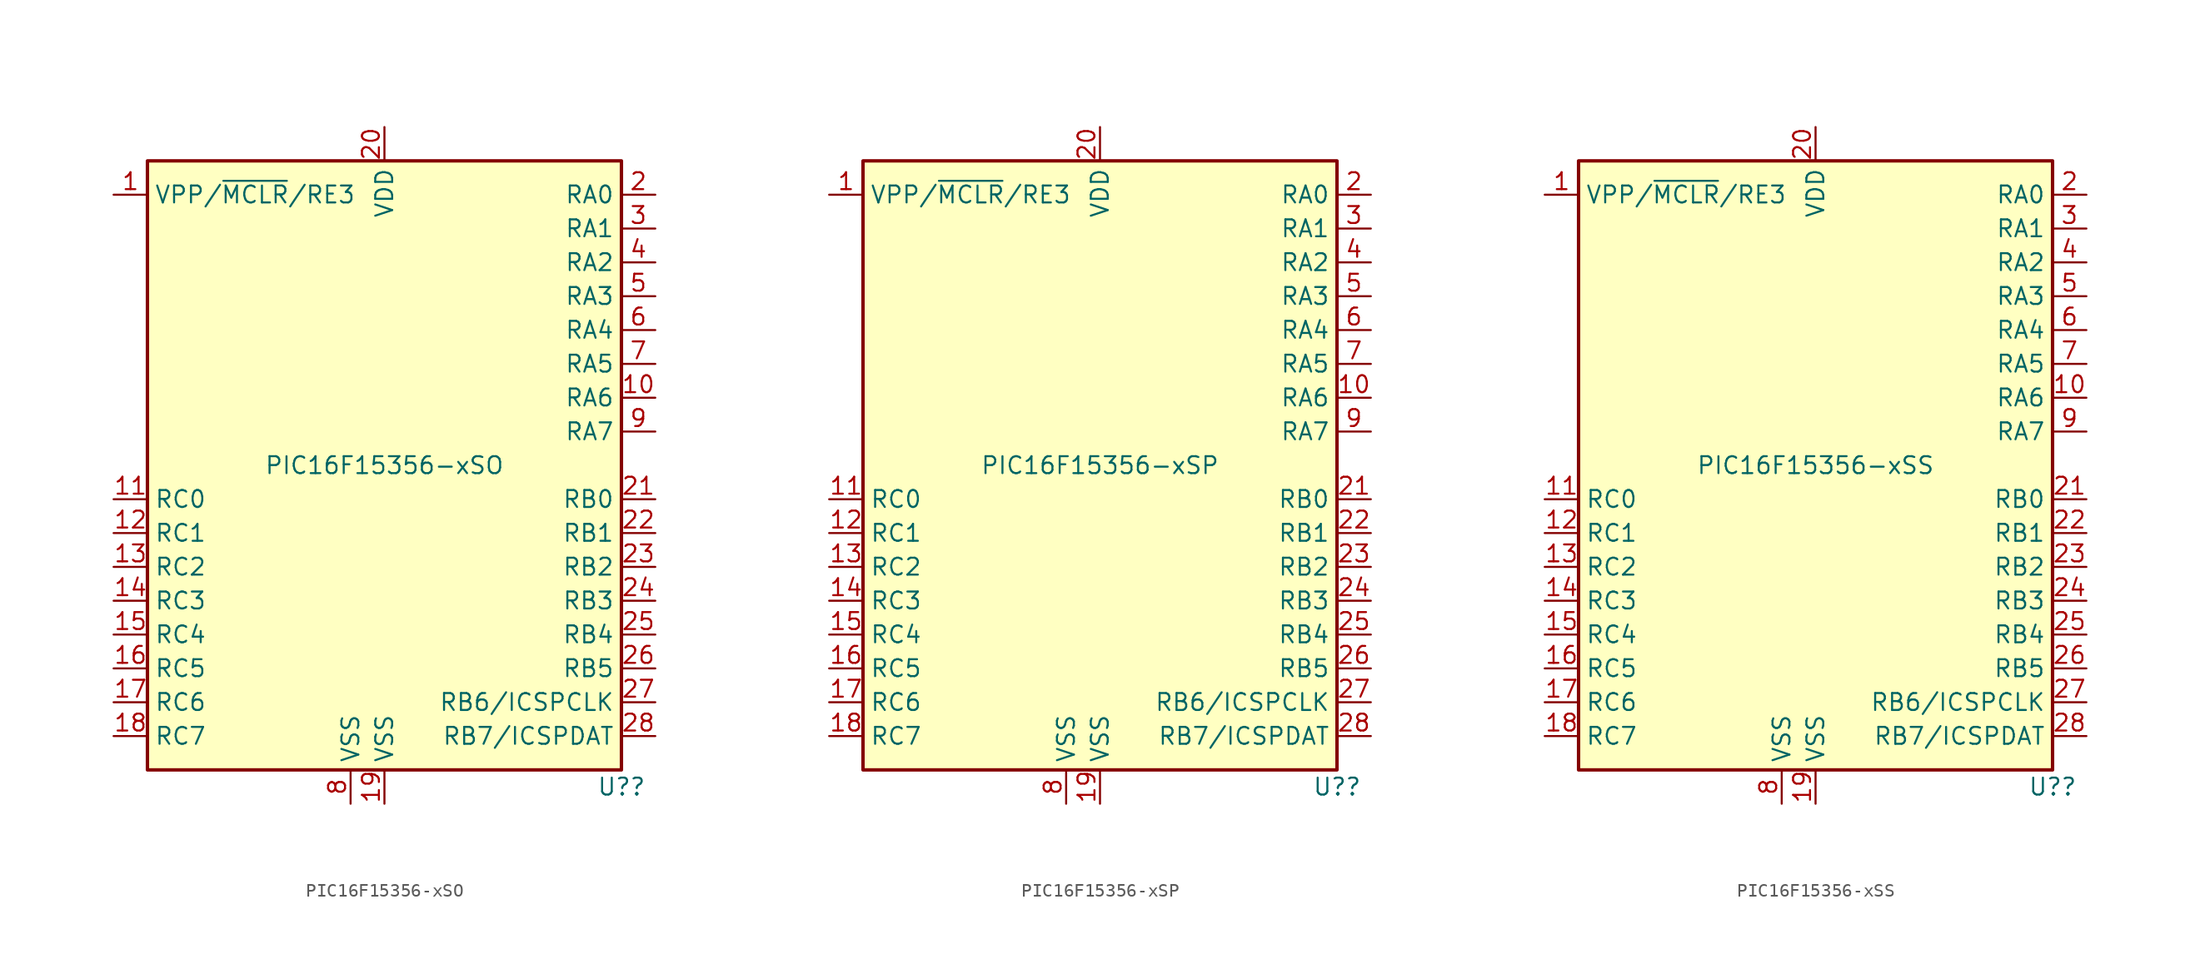
<source format=kicad_sym>
(kicad_symbol_lib
  (version 20220914)
  (generator kicad_symbol_editor)
  (symbol "PIC16F15356-xSO"
    (property "Reference" "U?"
      (at 17.78 -24.13 0)
      (effects (font (size 1.27 1.27))))
    (property "Value" "PIC16F15356-xSO"
      (at 0 0 0)
      (effects (font (size 1.27 1.27))))
    (symbol "PIC16F15356-xSO_0_1"
      (rectangle (start 17.78 22.86) (end -17.78 -22.86) (stroke (width 0.254) (type default)) (fill (type background))))
    (symbol "PIC16F15356-xSO_1_1"
      (pin bidirectional line (at -20.32 20.32 0) (length 2.54) (name "VPP/~{MCLR}/RE3" (effects (font (size 1.27 1.27)))) (number "1" (effects (font (size 1.27 1.27)))))
      (pin bidirectional line (at 20.32 5.08 180) (length 2.54) (name "RA6" (effects (font (size 1.27 1.27)))) (number "10" (effects (font (size 1.27 1.27)))))
      (pin bidirectional line (at -20.32 -2.54 0) (length 2.54) (name "RC0" (effects (font (size 1.27 1.27)))) (number "11" (effects (font (size 1.27 1.27)))))
      (pin bidirectional line (at -20.32 -5.08 0) (length 2.54) (name "RC1" (effects (font (size 1.27 1.27)))) (number "12" (effects (font (size 1.27 1.27)))))
      (pin bidirectional line (at -20.32 -7.62 0) (length 2.54) (name "RC2" (effects (font (size 1.27 1.27)))) (number "13" (effects (font (size 1.27 1.27)))))
      (pin bidirectional line (at -20.32 -10.16 0) (length 2.54) (name "RC3" (effects (font (size 1.27 1.27)))) (number "14" (effects (font (size 1.27 1.27)))))
      (pin bidirectional line (at -20.32 -12.7 0) (length 2.54) (name "RC4" (effects (font (size 1.27 1.27)))) (number "15" (effects (font (size 1.27 1.27)))))
      (pin bidirectional line (at -20.32 -15.24 0) (length 2.54) (name "RC5" (effects (font (size 1.27 1.27)))) (number "16" (effects (font (size 1.27 1.27)))))
      (pin bidirectional line (at -20.32 -17.78 0) (length 2.54) (name "RC6" (effects (font (size 1.27 1.27)))) (number "17" (effects (font (size 1.27 1.27)))))
      (pin bidirectional line (at -20.32 -20.32 0) (length 2.54) (name "RC7" (effects (font (size 1.27 1.27)))) (number "18" (effects (font (size 1.27 1.27)))))
      (pin power_in line (at 0 -25.4 90) (length 2.54) (name "VSS" (effects (font (size 1.27 1.27)))) (number "19" (effects (font (size 1.27 1.27)))))
      (pin bidirectional line (at 20.32 20.32 180) (length 2.54) (name "RA0" (effects (font (size 1.27 1.27)))) (number "2" (effects (font (size 1.27 1.27)))))
      (pin power_in line (at 0 25.4 270) (length 2.54) (name "VDD" (effects (font (size 1.27 1.27)))) (number "20" (effects (font (size 1.27 1.27)))))
      (pin bidirectional line (at 20.32 -2.54 180) (length 2.54) (name "RB0" (effects (font (size 1.27 1.27)))) (number "21" (effects (font (size 1.27 1.27)))))
      (pin bidirectional line (at 20.32 -5.08 180) (length 2.54) (name "RB1" (effects (font (size 1.27 1.27)))) (number "22" (effects (font (size 1.27 1.27)))))
      (pin bidirectional line (at 20.32 -7.62 180) (length 2.54) (name "RB2" (effects (font (size 1.27 1.27)))) (number "23" (effects (font (size 1.27 1.27)))))
      (pin bidirectional line (at 20.32 -10.16 180) (length 2.54) (name "RB3" (effects (font (size 1.27 1.27)))) (number "24" (effects (font (size 1.27 1.27)))))
      (pin bidirectional line (at 20.32 -12.7 180) (length 2.54) (name "RB4" (effects (font (size 1.27 1.27)))) (number "25" (effects (font (size 1.27 1.27)))))
      (pin bidirectional line (at 20.32 -15.24 180) (length 2.54) (name "RB5" (effects (font (size 1.27 1.27)))) (number "26" (effects (font (size 1.27 1.27)))))
      (pin bidirectional line (at 20.32 -17.78 180) (length 2.54) (name "RB6/ICSPCLK" (effects (font (size 1.27 1.27)))) (number "27" (effects (font (size 1.27 1.27)))))
      (pin bidirectional line (at 20.32 -20.32 180) (length 2.54) (name "RB7/ICSPDAT" (effects (font (size 1.27 1.27)))) (number "28" (effects (font (size 1.27 1.27)))))
      (pin bidirectional line (at 20.32 17.78 180) (length 2.54) (name "RA1" (effects (font (size 1.27 1.27)))) (number "3" (effects (font (size 1.27 1.27)))))
      (pin bidirectional line (at 20.32 15.24 180) (length 2.54) (name "RA2" (effects (font (size 1.27 1.27)))) (number "4" (effects (font (size 1.27 1.27)))))
      (pin bidirectional line (at 20.32 12.7 180) (length 2.54) (name "RA3" (effects (font (size 1.27 1.27)))) (number "5" (effects (font (size 1.27 1.27)))))
      (pin bidirectional line (at 20.32 10.16 180) (length 2.54) (name "RA4" (effects (font (size 1.27 1.27)))) (number "6" (effects (font (size 1.27 1.27)))))
      (pin bidirectional line (at 20.32 7.62 180) (length 2.54) (name "RA5" (effects (font (size 1.27 1.27)))) (number "7" (effects (font (size 1.27 1.27)))))
      (pin power_in line (at -2.54 -25.4 90) (length 2.54) (name "VSS" (effects (font (size 1.27 1.27)))) (number "8" (effects (font (size 1.27 1.27)))))
      (pin bidirectional line (at 20.32 2.54 180) (length 2.54) (name "RA7" (effects (font (size 1.27 1.27)))) (number "9" (effects (font (size 1.27 1.27)))))))
  (symbol "PIC16F15356-xSP"
    (property "Reference" "U?"
      (at 17.78 -24.13 0)
      (effects (font (size 1.27 1.27))))
    (property "Value" "PIC16F15356-xSP"
      (at 0 0 0)
      (effects (font (size 1.27 1.27))))
    (symbol "PIC16F15356-xSP_0_1"
      (rectangle (start 17.78 22.86) (end -17.78 -22.86) (stroke (width 0.254) (type default)) (fill (type background))))
    (symbol "PIC16F15356-xSP_1_1"
      (pin bidirectional line (at -20.32 20.32 0) (length 2.54) (name "VPP/~{MCLR}/RE3" (effects (font (size 1.27 1.27)))) (number "1" (effects (font (size 1.27 1.27)))))
      (pin bidirectional line (at 20.32 5.08 180) (length 2.54) (name "RA6" (effects (font (size 1.27 1.27)))) (number "10" (effects (font (size 1.27 1.27)))))
      (pin bidirectional line (at -20.32 -2.54 0) (length 2.54) (name "RC0" (effects (font (size 1.27 1.27)))) (number "11" (effects (font (size 1.27 1.27)))))
      (pin bidirectional line (at -20.32 -5.08 0) (length 2.54) (name "RC1" (effects (font (size 1.27 1.27)))) (number "12" (effects (font (size 1.27 1.27)))))
      (pin bidirectional line (at -20.32 -7.62 0) (length 2.54) (name "RC2" (effects (font (size 1.27 1.27)))) (number "13" (effects (font (size 1.27 1.27)))))
      (pin bidirectional line (at -20.32 -10.16 0) (length 2.54) (name "RC3" (effects (font (size 1.27 1.27)))) (number "14" (effects (font (size 1.27 1.27)))))
      (pin bidirectional line (at -20.32 -12.7 0) (length 2.54) (name "RC4" (effects (font (size 1.27 1.27)))) (number "15" (effects (font (size 1.27 1.27)))))
      (pin bidirectional line (at -20.32 -15.24 0) (length 2.54) (name "RC5" (effects (font (size 1.27 1.27)))) (number "16" (effects (font (size 1.27 1.27)))))
      (pin bidirectional line (at -20.32 -17.78 0) (length 2.54) (name "RC6" (effects (font (size 1.27 1.27)))) (number "17" (effects (font (size 1.27 1.27)))))
      (pin bidirectional line (at -20.32 -20.32 0) (length 2.54) (name "RC7" (effects (font (size 1.27 1.27)))) (number "18" (effects (font (size 1.27 1.27)))))
      (pin power_in line (at 0 -25.4 90) (length 2.54) (name "VSS" (effects (font (size 1.27 1.27)))) (number "19" (effects (font (size 1.27 1.27)))))
      (pin bidirectional line (at 20.32 20.32 180) (length 2.54) (name "RA0" (effects (font (size 1.27 1.27)))) (number "2" (effects (font (size 1.27 1.27)))))
      (pin power_in line (at 0 25.4 270) (length 2.54) (name "VDD" (effects (font (size 1.27 1.27)))) (number "20" (effects (font (size 1.27 1.27)))))
      (pin bidirectional line (at 20.32 -2.54 180) (length 2.54) (name "RB0" (effects (font (size 1.27 1.27)))) (number "21" (effects (font (size 1.27 1.27)))))
      (pin bidirectional line (at 20.32 -5.08 180) (length 2.54) (name "RB1" (effects (font (size 1.27 1.27)))) (number "22" (effects (font (size 1.27 1.27)))))
      (pin bidirectional line (at 20.32 -7.62 180) (length 2.54) (name "RB2" (effects (font (size 1.27 1.27)))) (number "23" (effects (font (size 1.27 1.27)))))
      (pin bidirectional line (at 20.32 -10.16 180) (length 2.54) (name "RB3" (effects (font (size 1.27 1.27)))) (number "24" (effects (font (size 1.27 1.27)))))
      (pin bidirectional line (at 20.32 -12.7 180) (length 2.54) (name "RB4" (effects (font (size 1.27 1.27)))) (number "25" (effects (font (size 1.27 1.27)))))
      (pin bidirectional line (at 20.32 -15.24 180) (length 2.54) (name "RB5" (effects (font (size 1.27 1.27)))) (number "26" (effects (font (size 1.27 1.27)))))
      (pin bidirectional line (at 20.32 -17.78 180) (length 2.54) (name "RB6/ICSPCLK" (effects (font (size 1.27 1.27)))) (number "27" (effects (font (size 1.27 1.27)))))
      (pin bidirectional line (at 20.32 -20.32 180) (length 2.54) (name "RB7/ICSPDAT" (effects (font (size 1.27 1.27)))) (number "28" (effects (font (size 1.27 1.27)))))
      (pin bidirectional line (at 20.32 17.78 180) (length 2.54) (name "RA1" (effects (font (size 1.27 1.27)))) (number "3" (effects (font (size 1.27 1.27)))))
      (pin bidirectional line (at 20.32 15.24 180) (length 2.54) (name "RA2" (effects (font (size 1.27 1.27)))) (number "4" (effects (font (size 1.27 1.27)))))
      (pin bidirectional line (at 20.32 12.7 180) (length 2.54) (name "RA3" (effects (font (size 1.27 1.27)))) (number "5" (effects (font (size 1.27 1.27)))))
      (pin bidirectional line (at 20.32 10.16 180) (length 2.54) (name "RA4" (effects (font (size 1.27 1.27)))) (number "6" (effects (font (size 1.27 1.27)))))
      (pin bidirectional line (at 20.32 7.62 180) (length 2.54) (name "RA5" (effects (font (size 1.27 1.27)))) (number "7" (effects (font (size 1.27 1.27)))))
      (pin power_in line (at -2.54 -25.4 90) (length 2.54) (name "VSS" (effects (font (size 1.27 1.27)))) (number "8" (effects (font (size 1.27 1.27)))))
      (pin bidirectional line (at 20.32 2.54 180) (length 2.54) (name "RA7" (effects (font (size 1.27 1.27)))) (number "9" (effects (font (size 1.27 1.27)))))))
  (symbol "PIC16F15356-xSS"
    (property "Reference" "U?"
      (at 17.78 -24.13 0)
      (effects (font (size 1.27 1.27))))
    (property "Value" "PIC16F15356-xSS"
      (at 0 0 0)
      (effects (font (size 1.27 1.27))))
    (symbol "PIC16F15356-xSS_0_1"
      (rectangle (start 17.78 22.86) (end -17.78 -22.86) (stroke (width 0.254) (type default)) (fill (type background))))
    (symbol "PIC16F15356-xSS_1_1"
      (pin bidirectional line (at -20.32 20.32 0) (length 2.54) (name "VPP/~{MCLR}/RE3" (effects (font (size 1.27 1.27)))) (number "1" (effects (font (size 1.27 1.27)))))
      (pin bidirectional line (at 20.32 5.08 180) (length 2.54) (name "RA6" (effects (font (size 1.27 1.27)))) (number "10" (effects (font (size 1.27 1.27)))))
      (pin bidirectional line (at -20.32 -2.54 0) (length 2.54) (name "RC0" (effects (font (size 1.27 1.27)))) (number "11" (effects (font (size 1.27 1.27)))))
      (pin bidirectional line (at -20.32 -5.08 0) (length 2.54) (name "RC1" (effects (font (size 1.27 1.27)))) (number "12" (effects (font (size 1.27 1.27)))))
      (pin bidirectional line (at -20.32 -7.62 0) (length 2.54) (name "RC2" (effects (font (size 1.27 1.27)))) (number "13" (effects (font (size 1.27 1.27)))))
      (pin bidirectional line (at -20.32 -10.16 0) (length 2.54) (name "RC3" (effects (font (size 1.27 1.27)))) (number "14" (effects (font (size 1.27 1.27)))))
      (pin bidirectional line (at -20.32 -12.7 0) (length 2.54) (name "RC4" (effects (font (size 1.27 1.27)))) (number "15" (effects (font (size 1.27 1.27)))))
      (pin bidirectional line (at -20.32 -15.24 0) (length 2.54) (name "RC5" (effects (font (size 1.27 1.27)))) (number "16" (effects (font (size 1.27 1.27)))))
      (pin bidirectional line (at -20.32 -17.78 0) (length 2.54) (name "RC6" (effects (font (size 1.27 1.27)))) (number "17" (effects (font (size 1.27 1.27)))))
      (pin bidirectional line (at -20.32 -20.32 0) (length 2.54) (name "RC7" (effects (font (size 1.27 1.27)))) (number "18" (effects (font (size 1.27 1.27)))))
      (pin power_in line (at 0 -25.4 90) (length 2.54) (name "VSS" (effects (font (size 1.27 1.27)))) (number "19" (effects (font (size 1.27 1.27)))))
      (pin bidirectional line (at 20.32 20.32 180) (length 2.54) (name "RA0" (effects (font (size 1.27 1.27)))) (number "2" (effects (font (size 1.27 1.27)))))
      (pin power_in line (at 0 25.4 270) (length 2.54) (name "VDD" (effects (font (size 1.27 1.27)))) (number "20" (effects (font (size 1.27 1.27)))))
      (pin bidirectional line (at 20.32 -2.54 180) (length 2.54) (name "RB0" (effects (font (size 1.27 1.27)))) (number "21" (effects (font (size 1.27 1.27)))))
      (pin bidirectional line (at 20.32 -5.08 180) (length 2.54) (name "RB1" (effects (font (size 1.27 1.27)))) (number "22" (effects (font (size 1.27 1.27)))))
      (pin bidirectional line (at 20.32 -7.62 180) (length 2.54) (name "RB2" (effects (font (size 1.27 1.27)))) (number "23" (effects (font (size 1.27 1.27)))))
      (pin bidirectional line (at 20.32 -10.16 180) (length 2.54) (name "RB3" (effects (font (size 1.27 1.27)))) (number "24" (effects (font (size 1.27 1.27)))))
      (pin bidirectional line (at 20.32 -12.7 180) (length 2.54) (name "RB4" (effects (font (size 1.27 1.27)))) (number "25" (effects (font (size 1.27 1.27)))))
      (pin bidirectional line (at 20.32 -15.24 180) (length 2.54) (name "RB5" (effects (font (size 1.27 1.27)))) (number "26" (effects (font (size 1.27 1.27)))))
      (pin bidirectional line (at 20.32 -17.78 180) (length 2.54) (name "RB6/ICSPCLK" (effects (font (size 1.27 1.27)))) (number "27" (effects (font (size 1.27 1.27)))))
      (pin bidirectional line (at 20.32 -20.32 180) (length 2.54) (name "RB7/ICSPDAT" (effects (font (size 1.27 1.27)))) (number "28" (effects (font (size 1.27 1.27)))))
      (pin bidirectional line (at 20.32 17.78 180) (length 2.54) (name "RA1" (effects (font (size 1.27 1.27)))) (number "3" (effects (font (size 1.27 1.27)))))
      (pin bidirectional line (at 20.32 15.24 180) (length 2.54) (name "RA2" (effects (font (size 1.27 1.27)))) (number "4" (effects (font (size 1.27 1.27)))))
      (pin bidirectional line (at 20.32 12.7 180) (length 2.54) (name "RA3" (effects (font (size 1.27 1.27)))) (number "5" (effects (font (size 1.27 1.27)))))
      (pin bidirectional line (at 20.32 10.16 180) (length 2.54) (name "RA4" (effects (font (size 1.27 1.27)))) (number "6" (effects (font (size 1.27 1.27)))))
      (pin bidirectional line (at 20.32 7.62 180) (length 2.54) (name "RA5" (effects (font (size 1.27 1.27)))) (number "7" (effects (font (size 1.27 1.27)))))
      (pin power_in line (at -2.54 -25.4 90) (length 2.54) (name "VSS" (effects (font (size 1.27 1.27)))) (number "8" (effects (font (size 1.27 1.27)))))
      (pin bidirectional line (at 20.32 2.54 180) (length 2.54) (name "RA7" (effects (font (size 1.27 1.27)))) (number "9" (effects (font (size 1.27 1.27))))))))
</source>
